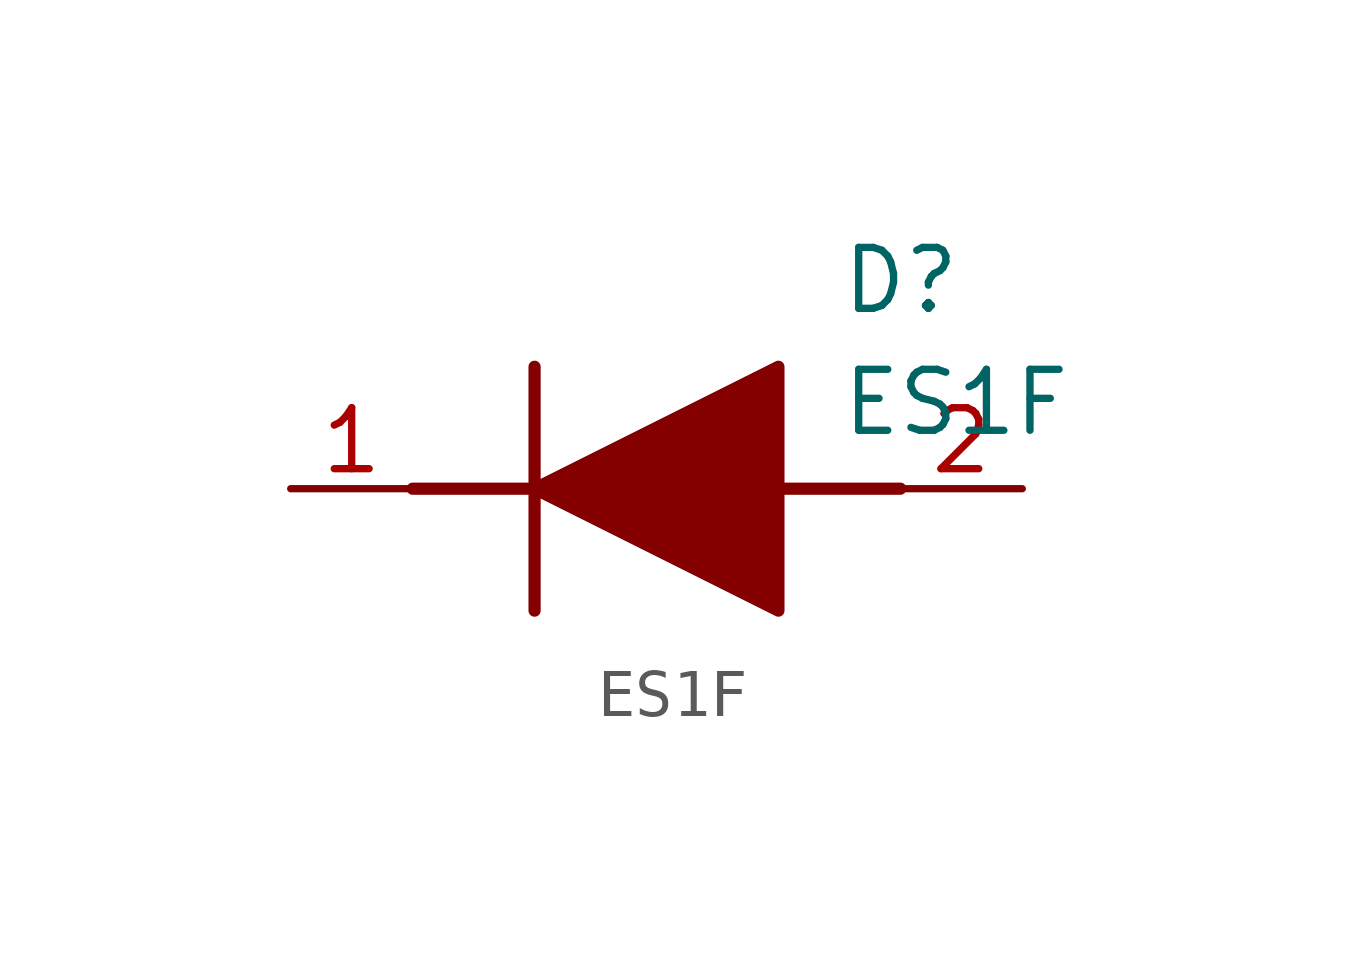
<source format=kicad_sym>
(kicad_symbol_lib
  (version 20211014)
  (generator SamacSys_ECAD_Model)
  (symbol "ES1F"
    (pin_names hide)
    (property "Reference" "D"
      (at 11.43 5.08 0)
      (effects (font (size 1.27 1.27)) (justify left top)))
    (property "Value" "ES1F"
      (at 11.43 2.54 0)
      (effects (font (size 1.27 1.27)) (justify left top)))
    (polyline
      (pts (xy 5.08 2.54) (xy 5.08 -2.54))
      (stroke (width 0.254) (type default))
      (fill (type none)))
    (polyline
      (pts (xy 2.54 0) (xy 5.08 0))
      (stroke (width 0.254) (type default))
      (fill (type none)))
    (polyline
      (pts (xy 10.16 0) (xy 12.7 0))
      (stroke (width 0.254) (type default))
      (fill (type none)))
    (polyline
      (pts (xy 5.08 0) (xy 10.16 2.54) (xy 10.16 -2.54) (xy 5.08 0))
      (stroke (width 0.254) (type default))
      (fill (type outline)))
    (pin passive line
      (at 0 0 0)
      (length 2.54)
      (name "K" (effects (font (size 1.27 1.27))))
      (number "1" (effects (font (size 1.27 1.27)))))
    (pin passive line
      (at 15.24 0 180)
      (length 2.54)
      (name "A" (effects (font (size 1.27 1.27))))
      (number "2" (effects (font (size 1.27 1.27)))))))
</source>
